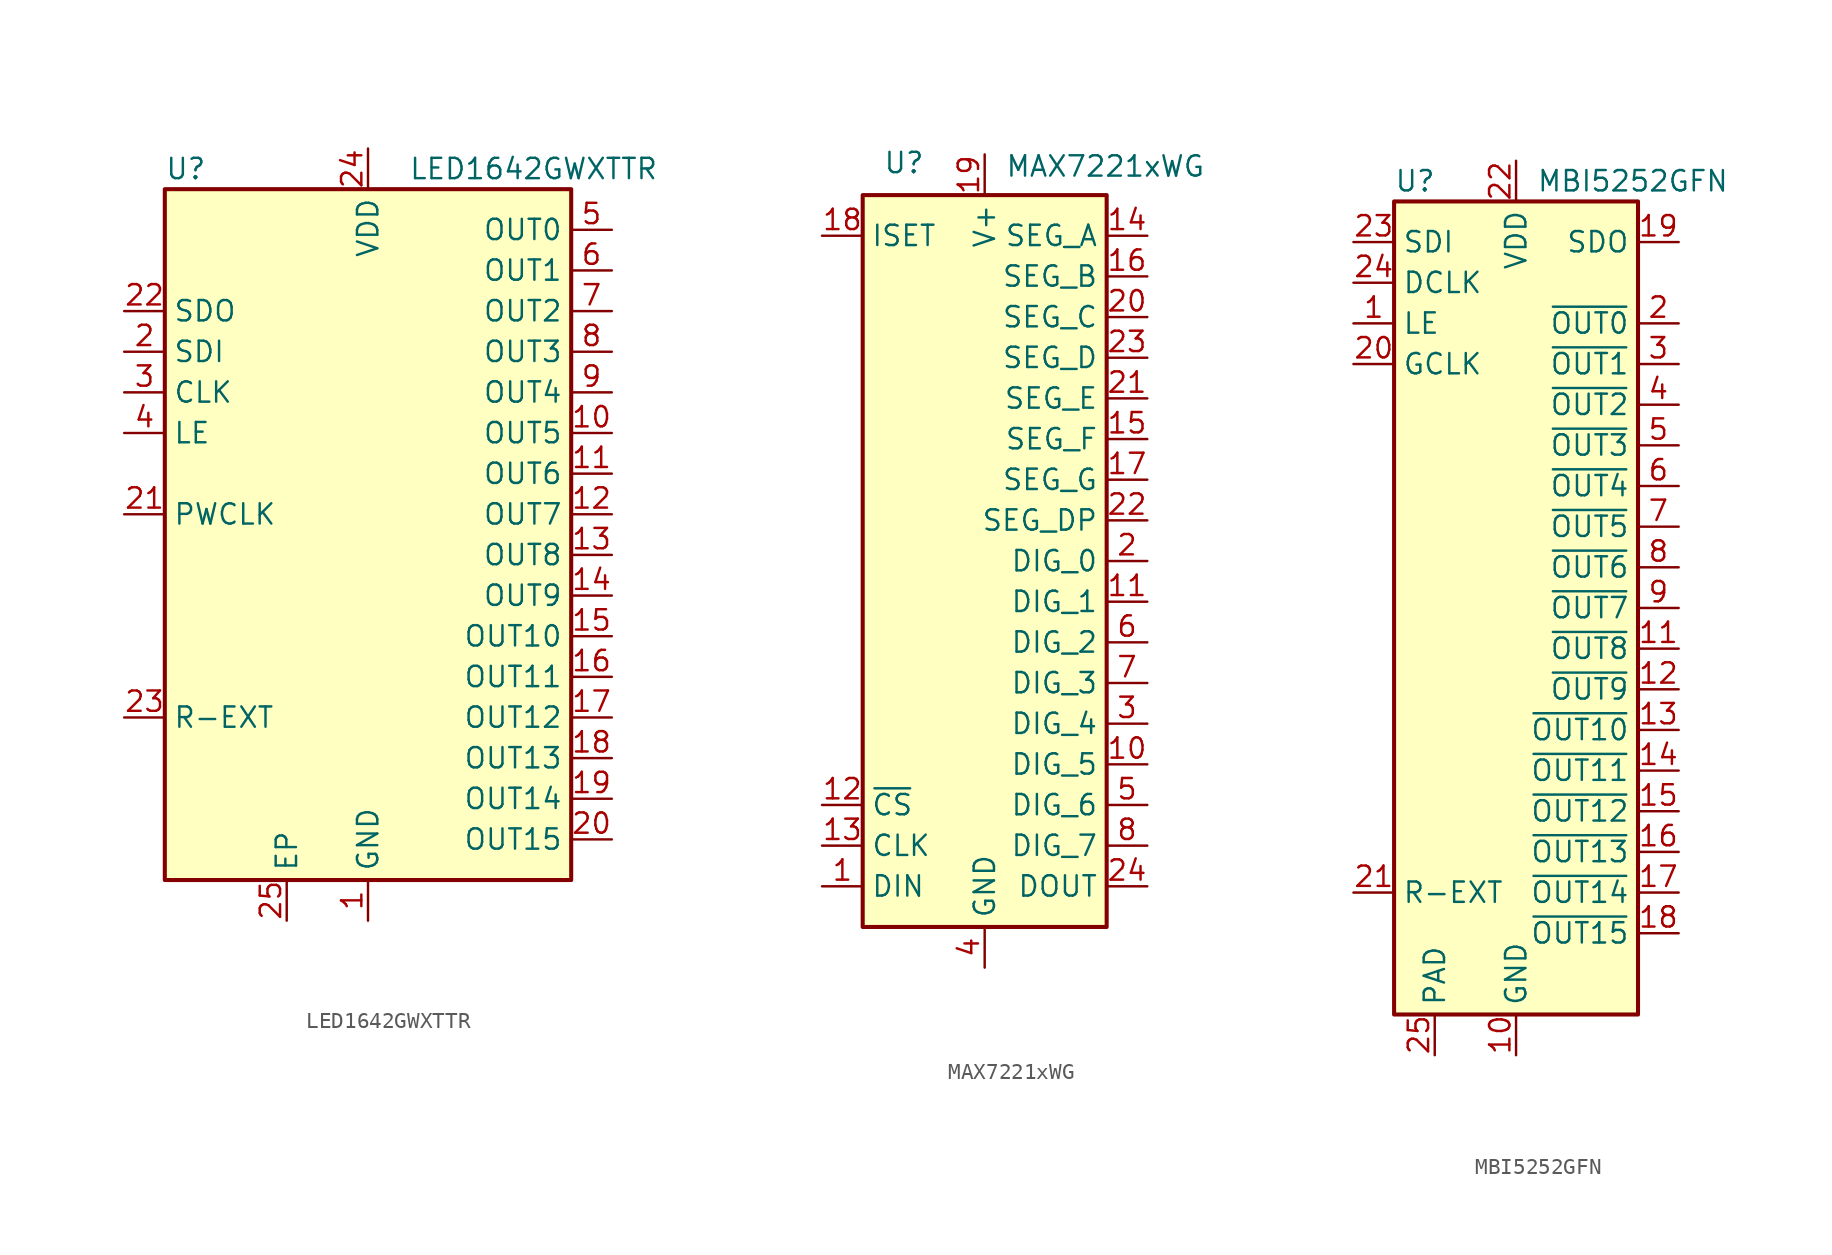
<source format=kicad_sym>
(kicad_symbol_lib
  (version 20231120)
  (generator "kicad_symbol_editor")
  (generator_version "8.0")
  (symbol "LED1642GWXTTR"
    (property "Reference" "U"
      (at -12.7 21.59 0)
      (effects (font (size 1.27 1.27)) (justify left)))
    (property "Value" "LED1642GWXTTR"
      (at 2.54 21.59 0)
      (effects (font (size 1.27 1.27)) (justify left)))
    (symbol "LED1642GWXTTR_0_1"
      (rectangle (start -12.7 20.32) (end 12.7 -22.86) (stroke (width 0.254) (type default)) (fill (type background))))
    (symbol "LED1642GWXTTR_1_1"
      (pin power_in line (at 0 -25.4 90) (length 2.54) (name "GND" (effects (font (size 1.27 1.27)))) (number "1" (effects (font (size 1.27 1.27)))))
      (pin output line (at 15.24 5.08 180) (length 2.54) (name "OUT5" (effects (font (size 1.27 1.27)))) (number "10" (effects (font (size 1.27 1.27)))))
      (pin output line (at 15.24 2.54 180) (length 2.54) (name "OUT6" (effects (font (size 1.27 1.27)))) (number "11" (effects (font (size 1.27 1.27)))))
      (pin output line (at 15.24 0 180) (length 2.54) (name "OUT7" (effects (font (size 1.27 1.27)))) (number "12" (effects (font (size 1.27 1.27)))))
      (pin output line (at 15.24 -2.54 180) (length 2.54) (name "OUT8" (effects (font (size 1.27 1.27)))) (number "13" (effects (font (size 1.27 1.27)))))
      (pin output line (at 15.24 -5.08 180) (length 2.54) (name "OUT9" (effects (font (size 1.27 1.27)))) (number "14" (effects (font (size 1.27 1.27)))))
      (pin output line (at 15.24 -7.62 180) (length 2.54) (name "OUT10" (effects (font (size 1.27 1.27)))) (number "15" (effects (font (size 1.27 1.27)))))
      (pin output line (at 15.24 -10.16 180) (length 2.54) (name "OUT11" (effects (font (size 1.27 1.27)))) (number "16" (effects (font (size 1.27 1.27)))))
      (pin output line (at 15.24 -12.7 180) (length 2.54) (name "OUT12" (effects (font (size 1.27 1.27)))) (number "17" (effects (font (size 1.27 1.27)))))
      (pin output line (at 15.24 -15.24 180) (length 2.54) (name "OUT13" (effects (font (size 1.27 1.27)))) (number "18" (effects (font (size 1.27 1.27)))))
      (pin output line (at 15.24 -17.78 180) (length 2.54) (name "OUT14" (effects (font (size 1.27 1.27)))) (number "19" (effects (font (size 1.27 1.27)))))
      (pin input line (at -15.24 10.16 0) (length 2.54) (name "SDI" (effects (font (size 1.27 1.27)))) (number "2" (effects (font (size 1.27 1.27)))))
      (pin output line (at 15.24 -20.32 180) (length 2.54) (name "OUT15" (effects (font (size 1.27 1.27)))) (number "20" (effects (font (size 1.27 1.27)))))
      (pin input line (at -15.24 0 0) (length 2.54) (name "PWCLK" (effects (font (size 1.27 1.27)))) (number "21" (effects (font (size 1.27 1.27)))))
      (pin output line (at -15.24 12.7 0) (length 2.54) (name "SDO" (effects (font (size 1.27 1.27)))) (number "22" (effects (font (size 1.27 1.27)))))
      (pin passive line (at -15.24 -12.7 0) (length 2.54) (name "R-EXT" (effects (font (size 1.27 1.27)))) (number "23" (effects (font (size 1.27 1.27)))))
      (pin power_in line (at 0 22.86 270) (length 2.54) (name "VDD" (effects (font (size 1.27 1.27)))) (number "24" (effects (font (size 1.27 1.27)))))
      (pin passive line (at -5.08 -25.4 90) (length 2.54) (name "EP" (effects (font (size 1.27 1.27)))) (number "25" (effects (font (size 1.27 1.27)))))
      (pin input line (at -15.24 7.62 0) (length 2.54) (name "CLK" (effects (font (size 1.27 1.27)))) (number "3" (effects (font (size 1.27 1.27)))))
      (pin input line (at -15.24 5.08 0) (length 2.54) (name "LE" (effects (font (size 1.27 1.27)))) (number "4" (effects (font (size 1.27 1.27)))))
      (pin output line (at 15.24 17.78 180) (length 2.54) (name "OUT0" (effects (font (size 1.27 1.27)))) (number "5" (effects (font (size 1.27 1.27)))))
      (pin output line (at 15.24 15.24 180) (length 2.54) (name "OUT1" (effects (font (size 1.27 1.27)))) (number "6" (effects (font (size 1.27 1.27)))))
      (pin output line (at 15.24 12.7 180) (length 2.54) (name "OUT2" (effects (font (size 1.27 1.27)))) (number "7" (effects (font (size 1.27 1.27)))))
      (pin output line (at 15.24 10.16 180) (length 2.54) (name "OUT3" (effects (font (size 1.27 1.27)))) (number "8" (effects (font (size 1.27 1.27)))))
      (pin output line (at 15.24 7.62 180) (length 2.54) (name "OUT4" (effects (font (size 1.27 1.27)))) (number "9" (effects (font (size 1.27 1.27)))))))
  (symbol "MAX7221xWG"
    (property "Reference" "U"
      (at -6.35 24.13 0)
      (effects (font (size 1.27 1.27)) (justify left bottom)))
    (property "Value" "MAX7221xWG"
      (at 1.27 25.4 0)
      (effects (font (size 1.27 1.27)) (justify left top)))
    (symbol "MAX7221xWG_0_1"
      (rectangle (start -7.62 22.86) (end 7.62 -22.86) (stroke (width 0.254) (type default)) (fill (type background))))
    (symbol "MAX7221xWG_1_1"
      (pin input line (at -10.16 -20.32 0) (length 2.54) (name "DIN" (effects (font (size 1.27 1.27)))) (number "1" (effects (font (size 1.27 1.27)))))
      (pin open_collector line (at 10.16 -12.7 180) (length 2.54) (name "DIG_5" (effects (font (size 1.27 1.27)))) (number "10" (effects (font (size 1.27 1.27)))))
      (pin open_collector line (at 10.16 -2.54 180) (length 2.54) (name "DIG_1" (effects (font (size 1.27 1.27)))) (number "11" (effects (font (size 1.27 1.27)))))
      (pin input line (at -10.16 -15.24 0) (length 2.54) (name "~{CS}" (effects (font (size 1.27 1.27)))) (number "12" (effects (font (size 1.27 1.27)))))
      (pin input line (at -10.16 -17.78 0) (length 2.54) (name "CLK" (effects (font (size 1.27 1.27)))) (number "13" (effects (font (size 1.27 1.27)))))
      (pin open_emitter line (at 10.16 20.32 180) (length 2.54) (name "SEG_A" (effects (font (size 1.27 1.27)))) (number "14" (effects (font (size 1.27 1.27)))))
      (pin open_emitter line (at 10.16 7.62 180) (length 2.54) (name "SEG_F" (effects (font (size 1.27 1.27)))) (number "15" (effects (font (size 1.27 1.27)))))
      (pin open_emitter line (at 10.16 17.78 180) (length 2.54) (name "SEG_B" (effects (font (size 1.27 1.27)))) (number "16" (effects (font (size 1.27 1.27)))))
      (pin open_emitter line (at 10.16 5.08 180) (length 2.54) (name "SEG_G" (effects (font (size 1.27 1.27)))) (number "17" (effects (font (size 1.27 1.27)))))
      (pin input line (at -10.16 20.32 0) (length 2.54) (name "ISET" (effects (font (size 1.27 1.27)))) (number "18" (effects (font (size 1.27 1.27)))))
      (pin power_in line (at 0 25.4 270) (length 2.54) (name "V+" (effects (font (size 1.27 1.27)))) (number "19" (effects (font (size 1.27 1.27)))))
      (pin open_collector line (at 10.16 0 180) (length 2.54) (name "DIG_0" (effects (font (size 1.27 1.27)))) (number "2" (effects (font (size 1.27 1.27)))))
      (pin open_emitter line (at 10.16 15.24 180) (length 2.54) (name "SEG_C" (effects (font (size 1.27 1.27)))) (number "20" (effects (font (size 1.27 1.27)))))
      (pin open_emitter line (at 10.16 10.16 180) (length 2.54) (name "SEG_E" (effects (font (size 1.27 1.27)))) (number "21" (effects (font (size 1.27 1.27)))))
      (pin open_emitter line (at 10.16 2.54 180) (length 2.54) (name "SEG_DP" (effects (font (size 1.27 1.27)))) (number "22" (effects (font (size 1.27 1.27)))))
      (pin open_emitter line (at 10.16 12.7 180) (length 2.54) (name "SEG_D" (effects (font (size 1.27 1.27)))) (number "23" (effects (font (size 1.27 1.27)))))
      (pin output line (at 10.16 -20.32 180) (length 2.54) (name "DOUT" (effects (font (size 1.27 1.27)))) (number "24" (effects (font (size 1.27 1.27)))))
      (pin open_collector line (at 10.16 -10.16 180) (length 2.54) (name "DIG_4" (effects (font (size 1.27 1.27)))) (number "3" (effects (font (size 1.27 1.27)))))
      (pin power_in line (at 0 -25.4 90) (length 2.54) (name "GND" (effects (font (size 1.27 1.27)))) (number "4" (effects (font (size 1.27 1.27)))))
      (pin open_collector line (at 10.16 -15.24 180) (length 2.54) (name "DIG_6" (effects (font (size 1.27 1.27)))) (number "5" (effects (font (size 1.27 1.27)))))
      (pin open_collector line (at 10.16 -5.08 180) (length 2.54) (name "DIG_2" (effects (font (size 1.27 1.27)))) (number "6" (effects (font (size 1.27 1.27)))))
      (pin open_collector line (at 10.16 -7.62 180) (length 2.54) (name "DIG_3" (effects (font (size 1.27 1.27)))) (number "7" (effects (font (size 1.27 1.27)))))
      (pin open_collector line (at 10.16 -17.78 180) (length 2.54) (name "DIG_7" (effects (font (size 1.27 1.27)))) (number "8" (effects (font (size 1.27 1.27)))))
      (pin passive line (at 0 -25.4 90) (length 2.54) hide (name "GND" (effects (font (size 1.27 1.27)))) (number "9" (effects (font (size 1.27 1.27)))))))
  (symbol "MBI5252GFN"
    (property "Reference" "U"
      (at -7.62 26.67 0)
      (effects (font (size 1.27 1.27)) (justify left)))
    (property "Value" "MBI5252GFN"
      (at 1.27 26.67 0)
      (effects (font (size 1.27 1.27)) (justify left)))
    (symbol "MBI5252GFN_0_1"
      (rectangle (start -7.62 25.4) (end 7.62 -25.4) (stroke (width 0.254) (type default)) (fill (type background))))
    (symbol "MBI5252GFN_1_1"
      (pin input line (at -10.16 17.78 0) (length 2.54) (name "LE" (effects (font (size 1.27 1.27)))) (number "1" (effects (font (size 1.27 1.27)))))
      (pin power_in line (at 0 -27.94 90) (length 2.54) (name "GND" (effects (font (size 1.27 1.27)))) (number "10" (effects (font (size 1.27 1.27)))))
      (pin open_collector line (at 10.16 -2.54 180) (length 2.54) (name "~{OUT8}" (effects (font (size 1.27 1.27)))) (number "11" (effects (font (size 1.27 1.27)))))
      (pin open_collector line (at 10.16 -5.08 180) (length 2.54) (name "~{OUT9}" (effects (font (size 1.27 1.27)))) (number "12" (effects (font (size 1.27 1.27)))))
      (pin open_collector line (at 10.16 -7.62 180) (length 2.54) (name "~{OUT10}" (effects (font (size 1.27 1.27)))) (number "13" (effects (font (size 1.27 1.27)))))
      (pin open_collector line (at 10.16 -10.16 180) (length 2.54) (name "~{OUT11}" (effects (font (size 1.27 1.27)))) (number "14" (effects (font (size 1.27 1.27)))))
      (pin open_collector line (at 10.16 -12.7 180) (length 2.54) (name "~{OUT12}" (effects (font (size 1.27 1.27)))) (number "15" (effects (font (size 1.27 1.27)))))
      (pin open_collector line (at 10.16 -15.24 180) (length 2.54) (name "~{OUT13}" (effects (font (size 1.27 1.27)))) (number "16" (effects (font (size 1.27 1.27)))))
      (pin open_collector line (at 10.16 -17.78 180) (length 2.54) (name "~{OUT14}" (effects (font (size 1.27 1.27)))) (number "17" (effects (font (size 1.27 1.27)))))
      (pin open_collector line (at 10.16 -20.32 180) (length 2.54) (name "~{OUT15}" (effects (font (size 1.27 1.27)))) (number "18" (effects (font (size 1.27 1.27)))))
      (pin output line (at 10.16 22.86 180) (length 2.54) (name "SDO" (effects (font (size 1.27 1.27)))) (number "19" (effects (font (size 1.27 1.27)))))
      (pin open_collector line (at 10.16 17.78 180) (length 2.54) (name "~{OUT0}" (effects (font (size 1.27 1.27)))) (number "2" (effects (font (size 1.27 1.27)))))
      (pin input line (at -10.16 15.24 0) (length 2.54) (name "GCLK" (effects (font (size 1.27 1.27)))) (number "20" (effects (font (size 1.27 1.27)))))
      (pin passive line (at -10.16 -17.78 0) (length 2.54) (name "R-EXT" (effects (font (size 1.27 1.27)))) (number "21" (effects (font (size 1.27 1.27)))))
      (pin power_in line (at 0 27.94 270) (length 2.54) (name "VDD" (effects (font (size 1.27 1.27)))) (number "22" (effects (font (size 1.27 1.27)))))
      (pin input line (at -10.16 22.86 0) (length 2.54) (name "SDI" (effects (font (size 1.27 1.27)))) (number "23" (effects (font (size 1.27 1.27)))))
      (pin input line (at -10.16 20.32 0) (length 2.54) (name "DCLK" (effects (font (size 1.27 1.27)))) (number "24" (effects (font (size 1.27 1.27)))))
      (pin power_in line (at -5.08 -27.94 90) (length 2.54) (name "PAD" (effects (font (size 1.27 1.27)))) (number "25" (effects (font (size 1.27 1.27)))))
      (pin open_collector line (at 10.16 15.24 180) (length 2.54) (name "~{OUT1}" (effects (font (size 1.27 1.27)))) (number "3" (effects (font (size 1.27 1.27)))))
      (pin open_collector line (at 10.16 12.7 180) (length 2.54) (name "~{OUT2}" (effects (font (size 1.27 1.27)))) (number "4" (effects (font (size 1.27 1.27)))))
      (pin open_collector line (at 10.16 10.16 180) (length 2.54) (name "~{OUT3}" (effects (font (size 1.27 1.27)))) (number "5" (effects (font (size 1.27 1.27)))))
      (pin open_collector line (at 10.16 7.62 180) (length 2.54) (name "~{OUT4}" (effects (font (size 1.27 1.27)))) (number "6" (effects (font (size 1.27 1.27)))))
      (pin open_collector line (at 10.16 5.08 180) (length 2.54) (name "~{OUT5}" (effects (font (size 1.27 1.27)))) (number "7" (effects (font (size 1.27 1.27)))))
      (pin open_collector line (at 10.16 2.54 180) (length 2.54) (name "~{OUT6}" (effects (font (size 1.27 1.27)))) (number "8" (effects (font (size 1.27 1.27)))))
      (pin open_collector line (at 10.16 0 180) (length 2.54) (name "~{OUT7}" (effects (font (size 1.27 1.27)))) (number "9" (effects (font (size 1.27 1.27))))))))
</source>
